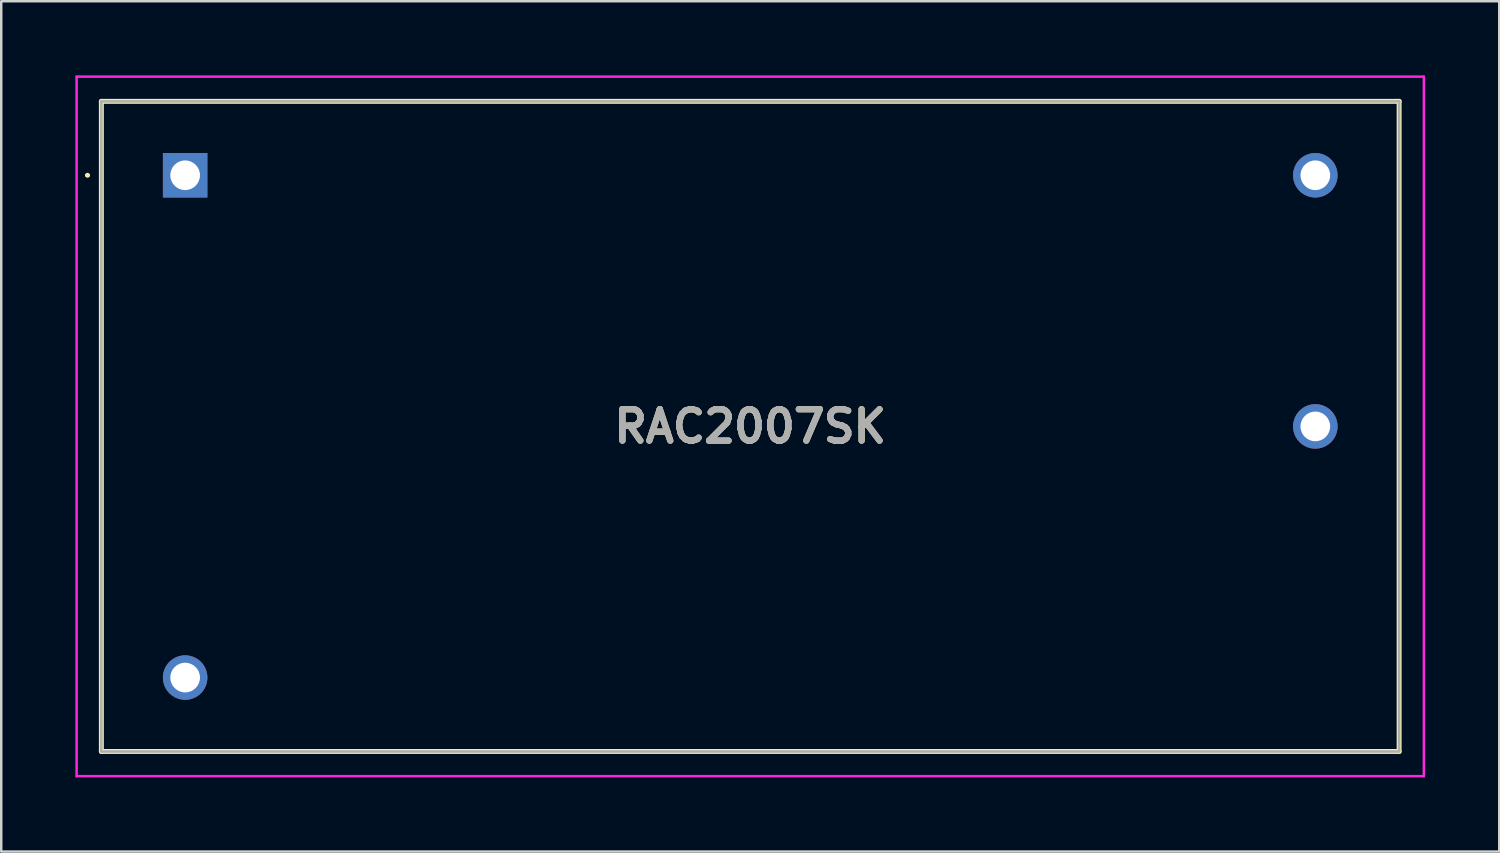
<source format=kicad_pcb>
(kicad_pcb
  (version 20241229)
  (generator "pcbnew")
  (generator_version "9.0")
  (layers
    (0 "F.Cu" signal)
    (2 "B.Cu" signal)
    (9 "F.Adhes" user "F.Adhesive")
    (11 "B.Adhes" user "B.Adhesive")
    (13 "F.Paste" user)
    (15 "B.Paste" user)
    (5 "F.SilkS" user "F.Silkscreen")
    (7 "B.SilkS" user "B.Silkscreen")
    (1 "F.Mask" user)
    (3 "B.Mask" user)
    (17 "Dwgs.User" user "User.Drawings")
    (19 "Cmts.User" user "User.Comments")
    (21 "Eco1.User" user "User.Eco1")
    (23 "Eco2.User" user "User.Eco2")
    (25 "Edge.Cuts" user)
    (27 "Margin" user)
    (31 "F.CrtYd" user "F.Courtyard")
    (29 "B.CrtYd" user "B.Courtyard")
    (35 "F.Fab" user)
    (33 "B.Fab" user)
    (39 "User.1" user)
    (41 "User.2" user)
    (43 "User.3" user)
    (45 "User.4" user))
  (footprint "RAC2007SK"
    (layer "F.Cu")
    (at 4.44 4.04)
    (property "Reference" "RAC2007SK" (at 22.86 10.16 0) (layer "F.SilkS") (effects (font (size 1.27 1.27) (thickness 0.254))))
    (attr through_hole)
    (fp_line (start -4 0) (end -4 0) (stroke (width 0.1) (type solid)) (layer "F.SilkS"))
    (fp_line (start -3.9 0) (end -3.9 0) (stroke (width 0.1) (type solid)) (layer "F.SilkS"))
    (fp_line (start -3.39 -2.99) (end 49.11 -2.99) (stroke (width 0.2) (type solid)) (layer "F.SilkS"))
    (fp_line (start -3.39 23.31) (end -3.39 -2.99) (stroke (width 0.2) (type solid)) (layer "F.SilkS"))
    (fp_line (start 49.11 -2.99) (end 49.11 23.31) (stroke (width 0.2) (type solid)) (layer "F.SilkS"))
    (fp_line (start 49.11 23.31) (end -3.39 23.31) (stroke (width 0.2) (type solid)) (layer "F.SilkS"))
    (fp_arc (start -4 0) (mid -3.95 -0.05) (end -3.9 0) (stroke (width 0.1) (type solid)) (layer "F.SilkS"))
    (fp_arc (start -3.9 0) (mid -3.95 0.05) (end -4 0) (stroke (width 0.1) (type solid)) (layer "F.SilkS"))
    (fp_line (start -4.39 -3.99) (end 50.11 -3.99) (stroke (width 0.1) (type solid)) (layer "F.CrtYd"))
    (fp_line (start -4.39 24.31) (end -4.39 -3.99) (stroke (width 0.1) (type solid)) (layer "F.CrtYd"))
    (fp_line (start 50.11 -3.99) (end 50.11 24.31) (stroke (width 0.1) (type solid)) (layer "F.CrtYd"))
    (fp_line (start 50.11 24.31) (end -4.39 24.31) (stroke (width 0.1) (type solid)) (layer "F.CrtYd"))
    (fp_line (start -3.39 -2.99) (end 49.11 -2.99) (stroke (width 0.1) (type solid)) (layer "F.Fab"))
    (fp_line (start -3.39 23.31) (end -3.39 -2.99) (stroke (width 0.1) (type solid)) (layer "F.Fab"))
    (fp_line (start 49.11 -2.99) (end 49.11 23.31) (stroke (width 0.1) (type solid)) (layer "F.Fab"))
    (fp_line (start 49.11 23.31) (end -3.39 23.31) (stroke (width 0.1) (type solid)) (layer "F.Fab"))
    (fp_text user "${REFERENCE}" (at 22.86 10.16 0) (layer "F.Fab") (effects (font (size 1.27 1.27) (thickness 0.254))))
    (pad "1" thru_hole rect (at 0 0) (size 1.8 1.8) (drill 1.2) (layers "*.Cu" "*.Mask"))
    (pad "2" thru_hole circle (at 0 20.32) (size 1.8 1.8) (drill 1.2) (layers "*.Cu" "*.Mask"))
    (pad "4" thru_hole circle (at 45.72 10.16) (size 1.8 1.8) (drill 1.2) (layers "*.Cu" "*.Mask"))
    (pad "5" thru_hole circle (at 45.72 0) (size 1.8 1.8) (drill 1.2) (layers "*.Cu" "*.Mask")))
  (gr_rect
    (start -3 -3)
    (end 57.6 31.4)
    (stroke (width 0.1) (type default))
    (fill no)
    (layer "Edge.Cuts")))
</source>
